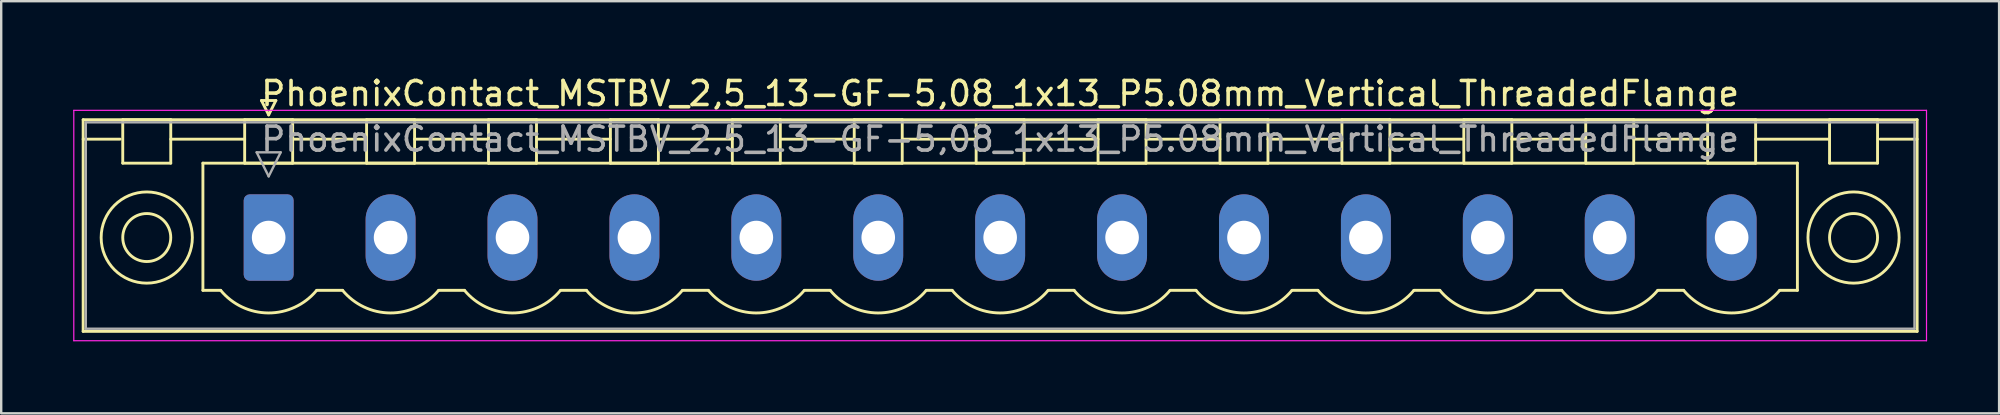
<source format=kicad_pcb>
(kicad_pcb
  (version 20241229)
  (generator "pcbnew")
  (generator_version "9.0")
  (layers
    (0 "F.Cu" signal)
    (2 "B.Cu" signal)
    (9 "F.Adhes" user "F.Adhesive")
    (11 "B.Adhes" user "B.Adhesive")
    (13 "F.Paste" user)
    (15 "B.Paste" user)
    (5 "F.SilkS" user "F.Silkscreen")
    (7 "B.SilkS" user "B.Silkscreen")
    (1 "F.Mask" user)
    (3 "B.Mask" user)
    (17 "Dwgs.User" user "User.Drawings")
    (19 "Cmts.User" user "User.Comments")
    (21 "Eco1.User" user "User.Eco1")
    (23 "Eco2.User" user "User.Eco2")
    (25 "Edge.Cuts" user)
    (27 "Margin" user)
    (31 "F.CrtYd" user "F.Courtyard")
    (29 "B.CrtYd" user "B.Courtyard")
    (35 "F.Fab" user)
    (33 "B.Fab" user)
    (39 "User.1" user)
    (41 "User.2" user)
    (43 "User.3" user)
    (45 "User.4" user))
  (footprint "PhoenixContact_MSTBV_2,5_13-GF-5,08_1x13_P5.08mm_Vertical_ThreadedFlange"
    (layer "F.Cu")
    (at 8.145 6.848)
    (property "Reference" "PhoenixContact_MSTBV_2,5_13-GF-5,08_1x13_P5.08mm_Vertical_ThreadedFlange" (at 30.48 -6 0) (layer "F.SilkS") (effects (font (size 1 1) (thickness 0.15))))
    (attr through_hole)
    (fp_line (start -7.73 -4.91) (end -7.73 3.91) (stroke (width 0.12) (type solid)) (layer "F.SilkS"))
    (fp_line (start -7.73 -4.1) (end -6.19 -4.1) (stroke (width 0.12) (type solid)) (layer "F.SilkS"))
    (fp_line (start -7.73 3.91) (end 68.69 3.91) (stroke (width 0.12) (type solid)) (layer "F.SilkS"))
    (fp_line (start -6.08 -4.91) (end -4.08 -4.91) (stroke (width 0.12) (type solid)) (layer "F.SilkS"))
    (fp_line (start -6.08 -3.1) (end -6.08 -4.91) (stroke (width 0.12) (type solid)) (layer "F.SilkS"))
    (fp_line (start -4.08 -4.91) (end -4.08 -3.1) (stroke (width 0.12) (type solid)) (layer "F.SilkS"))
    (fp_line (start -4.08 -4.1) (end -1 -4.1) (stroke (width 0.12) (type solid)) (layer "F.SilkS"))
    (fp_line (start -4.08 -3.1) (end -6.08 -3.1) (stroke (width 0.12) (type solid)) (layer "F.SilkS"))
    (fp_line (start -2.74 -3.1) (end 63.7 -3.1) (stroke (width 0.12) (type solid)) (layer "F.SilkS"))
    (fp_line (start -2.74 2.2) (end -2.74 -3.1) (stroke (width 0.12) (type solid)) (layer "F.SilkS"))
    (fp_line (start -2 2.2) (end -2.74 2.2) (stroke (width 0.12) (type solid)) (layer "F.SilkS"))
    (fp_line (start -1 -4.91) (end 1 -4.91) (stroke (width 0.12) (type solid)) (layer "F.SilkS"))
    (fp_line (start -1 -3.1) (end -1 -4.91) (stroke (width 0.12) (type solid)) (layer "F.SilkS"))
    (fp_line (start -0.3 -5.71) (end 0.3 -5.71) (stroke (width 0.12) (type solid)) (layer "F.SilkS"))
    (fp_line (start 0 -5.11) (end -0.3 -5.71) (stroke (width 0.12) (type solid)) (layer "F.SilkS"))
    (fp_line (start 0.3 -5.71) (end 0 -5.11) (stroke (width 0.12) (type solid)) (layer "F.SilkS"))
    (fp_line (start 1 -4.91) (end 1 -3.1) (stroke (width 0.12) (type solid)) (layer "F.SilkS"))
    (fp_line (start 1 -4.1) (end 4.08 -4.1) (stroke (width 0.12) (type solid)) (layer "F.SilkS"))
    (fp_line (start 1 -3.1) (end -1 -3.1) (stroke (width 0.12) (type solid)) (layer "F.SilkS"))
    (fp_line (start 2 2.2) (end 3.08 2.2) (stroke (width 0.12) (type solid)) (layer "F.SilkS"))
    (fp_line (start 4.08 -4.91) (end 6.08 -4.91) (stroke (width 0.12) (type solid)) (layer "F.SilkS"))
    (fp_line (start 4.08 -3.1) (end 4.08 -4.91) (stroke (width 0.12) (type solid)) (layer "F.SilkS"))
    (fp_line (start 6.08 -4.91) (end 6.08 -3.1) (stroke (width 0.12) (type solid)) (layer "F.SilkS"))
    (fp_line (start 6.08 -4.1) (end 9.16 -4.1) (stroke (width 0.12) (type solid)) (layer "F.SilkS"))
    (fp_line (start 6.08 -3.1) (end 4.08 -3.1) (stroke (width 0.12) (type solid)) (layer "F.SilkS"))
    (fp_line (start 7.08 2.2) (end 8.16 2.2) (stroke (width 0.12) (type solid)) (layer "F.SilkS"))
    (fp_line (start 9.16 -4.91) (end 11.16 -4.91) (stroke (width 0.12) (type solid)) (layer "F.SilkS"))
    (fp_line (start 9.16 -3.1) (end 9.16 -4.91) (stroke (width 0.12) (type solid)) (layer "F.SilkS"))
    (fp_line (start 11.16 -4.91) (end 11.16 -3.1) (stroke (width 0.12) (type solid)) (layer "F.SilkS"))
    (fp_line (start 11.16 -4.1) (end 14.24 -4.1) (stroke (width 0.12) (type solid)) (layer "F.SilkS"))
    (fp_line (start 11.16 -3.1) (end 9.16 -3.1) (stroke (width 0.12) (type solid)) (layer "F.SilkS"))
    (fp_line (start 12.16 2.2) (end 13.24 2.2) (stroke (width 0.12) (type solid)) (layer "F.SilkS"))
    (fp_line (start 14.24 -4.91) (end 16.24 -4.91) (stroke (width 0.12) (type solid)) (layer "F.SilkS"))
    (fp_line (start 14.24 -3.1) (end 14.24 -4.91) (stroke (width 0.12) (type solid)) (layer "F.SilkS"))
    (fp_line (start 16.24 -4.91) (end 16.24 -3.1) (stroke (width 0.12) (type solid)) (layer "F.SilkS"))
    (fp_line (start 16.24 -4.1) (end 19.32 -4.1) (stroke (width 0.12) (type solid)) (layer "F.SilkS"))
    (fp_line (start 16.24 -3.1) (end 14.24 -3.1) (stroke (width 0.12) (type solid)) (layer "F.SilkS"))
    (fp_line (start 17.24 2.2) (end 18.32 2.2) (stroke (width 0.12) (type solid)) (layer "F.SilkS"))
    (fp_line (start 19.32 -4.91) (end 21.32 -4.91) (stroke (width 0.12) (type solid)) (layer "F.SilkS"))
    (fp_line (start 19.32 -3.1) (end 19.32 -4.91) (stroke (width 0.12) (type solid)) (layer "F.SilkS"))
    (fp_line (start 21.32 -4.91) (end 21.32 -3.1) (stroke (width 0.12) (type solid)) (layer "F.SilkS"))
    (fp_line (start 21.32 -4.1) (end 24.4 -4.1) (stroke (width 0.12) (type solid)) (layer "F.SilkS"))
    (fp_line (start 21.32 -3.1) (end 19.32 -3.1) (stroke (width 0.12) (type solid)) (layer "F.SilkS"))
    (fp_line (start 22.32 2.2) (end 23.4 2.2) (stroke (width 0.12) (type solid)) (layer "F.SilkS"))
    (fp_line (start 24.4 -4.91) (end 26.4 -4.91) (stroke (width 0.12) (type solid)) (layer "F.SilkS"))
    (fp_line (start 24.4 -3.1) (end 24.4 -4.91) (stroke (width 0.12) (type solid)) (layer "F.SilkS"))
    (fp_line (start 26.4 -4.91) (end 26.4 -3.1) (stroke (width 0.12) (type solid)) (layer "F.SilkS"))
    (fp_line (start 26.4 -4.1) (end 29.48 -4.1) (stroke (width 0.12) (type solid)) (layer "F.SilkS"))
    (fp_line (start 26.4 -3.1) (end 24.4 -3.1) (stroke (width 0.12) (type solid)) (layer "F.SilkS"))
    (fp_line (start 27.4 2.2) (end 28.48 2.2) (stroke (width 0.12) (type solid)) (layer "F.SilkS"))
    (fp_line (start 29.48 -4.91) (end 31.48 -4.91) (stroke (width 0.12) (type solid)) (layer "F.SilkS"))
    (fp_line (start 29.48 -3.1) (end 29.48 -4.91) (stroke (width 0.12) (type solid)) (layer "F.SilkS"))
    (fp_line (start 31.48 -4.91) (end 31.48 -3.1) (stroke (width 0.12) (type solid)) (layer "F.SilkS"))
    (fp_line (start 31.48 -4.1) (end 34.56 -4.1) (stroke (width 0.12) (type solid)) (layer "F.SilkS"))
    (fp_line (start 31.48 -3.1) (end 29.48 -3.1) (stroke (width 0.12) (type solid)) (layer "F.SilkS"))
    (fp_line (start 32.48 2.2) (end 33.56 2.2) (stroke (width 0.12) (type solid)) (layer "F.SilkS"))
    (fp_line (start 34.56 -4.91) (end 36.56 -4.91) (stroke (width 0.12) (type solid)) (layer "F.SilkS"))
    (fp_line (start 34.56 -3.1) (end 34.56 -4.91) (stroke (width 0.12) (type solid)) (layer "F.SilkS"))
    (fp_line (start 36.56 -4.91) (end 36.56 -3.1) (stroke (width 0.12) (type solid)) (layer "F.SilkS"))
    (fp_line (start 36.56 -4.1) (end 39.64 -4.1) (stroke (width 0.12) (type solid)) (layer "F.SilkS"))
    (fp_line (start 36.56 -3.1) (end 34.56 -3.1) (stroke (width 0.12) (type solid)) (layer "F.SilkS"))
    (fp_line (start 37.56 2.2) (end 38.64 2.2) (stroke (width 0.12) (type solid)) (layer "F.SilkS"))
    (fp_line (start 39.64 -4.91) (end 41.64 -4.91) (stroke (width 0.12) (type solid)) (layer "F.SilkS"))
    (fp_line (start 39.64 -3.1) (end 39.64 -4.91) (stroke (width 0.12) (type solid)) (layer "F.SilkS"))
    (fp_line (start 41.64 -4.91) (end 41.64 -3.1) (stroke (width 0.12) (type solid)) (layer "F.SilkS"))
    (fp_line (start 41.64 -4.1) (end 44.72 -4.1) (stroke (width 0.12) (type solid)) (layer "F.SilkS"))
    (fp_line (start 41.64 -3.1) (end 39.64 -3.1) (stroke (width 0.12) (type solid)) (layer "F.SilkS"))
    (fp_line (start 42.64 2.2) (end 43.72 2.2) (stroke (width 0.12) (type solid)) (layer "F.SilkS"))
    (fp_line (start 44.72 -4.91) (end 46.72 -4.91) (stroke (width 0.12) (type solid)) (layer "F.SilkS"))
    (fp_line (start 44.72 -3.1) (end 44.72 -4.91) (stroke (width 0.12) (type solid)) (layer "F.SilkS"))
    (fp_line (start 46.72 -4.91) (end 46.72 -3.1) (stroke (width 0.12) (type solid)) (layer "F.SilkS"))
    (fp_line (start 46.72 -4.1) (end 49.8 -4.1) (stroke (width 0.12) (type solid)) (layer "F.SilkS"))
    (fp_line (start 46.72 -3.1) (end 44.72 -3.1) (stroke (width 0.12) (type solid)) (layer "F.SilkS"))
    (fp_line (start 47.72 2.2) (end 48.8 2.2) (stroke (width 0.12) (type solid)) (layer "F.SilkS"))
    (fp_line (start 49.8 -4.91) (end 51.8 -4.91) (stroke (width 0.12) (type solid)) (layer "F.SilkS"))
    (fp_line (start 49.8 -3.1) (end 49.8 -4.91) (stroke (width 0.12) (type solid)) (layer "F.SilkS"))
    (fp_line (start 51.8 -4.91) (end 51.8 -3.1) (stroke (width 0.12) (type solid)) (layer "F.SilkS"))
    (fp_line (start 51.8 -4.1) (end 54.88 -4.1) (stroke (width 0.12) (type solid)) (layer "F.SilkS"))
    (fp_line (start 51.8 -3.1) (end 49.8 -3.1) (stroke (width 0.12) (type solid)) (layer "F.SilkS"))
    (fp_line (start 52.8 2.2) (end 53.88 2.2) (stroke (width 0.12) (type solid)) (layer "F.SilkS"))
    (fp_line (start 54.88 -4.91) (end 56.88 -4.91) (stroke (width 0.12) (type solid)) (layer "F.SilkS"))
    (fp_line (start 54.88 -3.1) (end 54.88 -4.91) (stroke (width 0.12) (type solid)) (layer "F.SilkS"))
    (fp_line (start 56.88 -4.91) (end 56.88 -3.1) (stroke (width 0.12) (type solid)) (layer "F.SilkS"))
    (fp_line (start 56.88 -4.1) (end 59.96 -4.1) (stroke (width 0.12) (type solid)) (layer "F.SilkS"))
    (fp_line (start 56.88 -3.1) (end 54.88 -3.1) (stroke (width 0.12) (type solid)) (layer "F.SilkS"))
    (fp_line (start 57.88 2.2) (end 58.96 2.2) (stroke (width 0.12) (type solid)) (layer "F.SilkS"))
    (fp_line (start 59.96 -4.91) (end 61.96 -4.91) (stroke (width 0.12) (type solid)) (layer "F.SilkS"))
    (fp_line (start 59.96 -3.1) (end 59.96 -4.91) (stroke (width 0.12) (type solid)) (layer "F.SilkS"))
    (fp_line (start 61.96 -4.91) (end 61.96 -3.1) (stroke (width 0.12) (type solid)) (layer "F.SilkS"))
    (fp_line (start 61.96 -4.1) (end 65.04 -4.1) (stroke (width 0.12) (type solid)) (layer "F.SilkS"))
    (fp_line (start 61.96 -3.1) (end 59.96 -3.1) (stroke (width 0.12) (type solid)) (layer "F.SilkS"))
    (fp_line (start 63.7 -3.1) (end 63.7 2.2) (stroke (width 0.12) (type solid)) (layer "F.SilkS"))
    (fp_line (start 63.7 2.2) (end 62.96 2.2) (stroke (width 0.12) (type solid)) (layer "F.SilkS"))
    (fp_line (start 65.04 -4.91) (end 67.04 -4.91) (stroke (width 0.12) (type solid)) (layer "F.SilkS"))
    (fp_line (start 65.04 -3.1) (end 65.04 -4.91) (stroke (width 0.12) (type solid)) (layer "F.SilkS"))
    (fp_line (start 67.04 -4.91) (end 67.04 -3.1) (stroke (width 0.12) (type solid)) (layer "F.SilkS"))
    (fp_line (start 67.04 -3.1) (end 65.04 -3.1) (stroke (width 0.12) (type solid)) (layer "F.SilkS"))
    (fp_line (start 68.69 -4.91) (end -7.73 -4.91) (stroke (width 0.12) (type solid)) (layer "F.SilkS"))
    (fp_line (start 68.69 -4.1) (end 67.15 -4.1) (stroke (width 0.12) (type solid)) (layer "F.SilkS"))
    (fp_line (start 68.69 3.91) (end 68.69 -4.91) (stroke (width 0.12) (type solid)) (layer "F.SilkS"))
    (fp_arc (start 1.986842 2.215821) (mid -0.010289 3.142758) (end -2 2.2) (stroke (width 0.12) (type solid)) (layer "F.SilkS"))
    (fp_arc (start 7.066842 2.215821) (mid 5.069711 3.142758) (end 3.08 2.2) (stroke (width 0.12) (type solid)) (layer "F.SilkS"))
    (fp_arc (start 12.146842 2.215821) (mid 10.149711 3.142758) (end 8.16 2.2) (stroke (width 0.12) (type solid)) (layer "F.SilkS"))
    (fp_arc (start 17.226842 2.215821) (mid 15.229711 3.142758) (end 13.24 2.2) (stroke (width 0.12) (type solid)) (layer "F.SilkS"))
    (fp_arc (start 22.306842 2.215821) (mid 20.309711 3.142758) (end 18.32 2.2) (stroke (width 0.12) (type solid)) (layer "F.SilkS"))
    (fp_arc (start 27.386842 2.215821) (mid 25.389711 3.142758) (end 23.4 2.2) (stroke (width 0.12) (type solid)) (layer "F.SilkS"))
    (fp_arc (start 32.466842 2.215821) (mid 30.469711 3.142758) (end 28.48 2.2) (stroke (width 0.12) (type solid)) (layer "F.SilkS"))
    (fp_arc (start 37.546842 2.215821) (mid 35.549711 3.142758) (end 33.56 2.2) (stroke (width 0.12) (type solid)) (layer "F.SilkS"))
    (fp_arc (start 42.626842 2.215821) (mid 40.629711 3.142758) (end 38.64 2.2) (stroke (width 0.12) (type solid)) (layer "F.SilkS"))
    (fp_arc (start 47.706842 2.215821) (mid 45.709711 3.142758) (end 43.72 2.2) (stroke (width 0.12) (type solid)) (layer "F.SilkS"))
    (fp_arc (start 52.786842 2.215821) (mid 50.789711 3.142758) (end 48.8 2.2) (stroke (width 0.12) (type solid)) (layer "F.SilkS"))
    (fp_arc (start 57.866842 2.215821) (mid 55.869711 3.142758) (end 53.88 2.2) (stroke (width 0.12) (type solid)) (layer "F.SilkS"))
    (fp_arc (start 62.946842 2.215821) (mid 60.949711 3.142758) (end 58.96 2.2) (stroke (width 0.12) (type solid)) (layer "F.SilkS"))
    (fp_circle (center -5.08 0) (end -4.08 0) (stroke (width 0.12) (type solid)) (fill no) (layer "F.SilkS"))
    (fp_circle (center -5.08 0) (end -3.18 0) (stroke (width 0.12) (type solid)) (fill no) (layer "F.SilkS"))
    (fp_circle (center 66.04 0) (end 67.04 0) (stroke (width 0.12) (type solid)) (fill no) (layer "F.SilkS"))
    (fp_circle (center 66.04 0) (end 67.94 0) (stroke (width 0.12) (type solid)) (fill no) (layer "F.SilkS"))
    (fp_line (start -8.12 -5.3) (end -8.12 4.3) (stroke (width 0.05) (type solid)) (layer "F.CrtYd"))
    (fp_line (start -8.12 4.3) (end 69.08 4.3) (stroke (width 0.05) (type solid)) (layer "F.CrtYd"))
    (fp_line (start 69.08 -5.3) (end -8.12 -5.3) (stroke (width 0.05) (type solid)) (layer "F.CrtYd"))
    (fp_line (start 69.08 4.3) (end 69.08 -5.3) (stroke (width 0.05) (type solid)) (layer "F.CrtYd"))
    (fp_line (start -7.62 -4.8) (end -7.62 3.8) (stroke (width 0.1) (type solid)) (layer "F.Fab"))
    (fp_line (start -7.62 3.8) (end 68.58 3.8) (stroke (width 0.1) (type solid)) (layer "F.Fab"))
    (fp_line (start -0.5 -3.55) (end 0.5 -3.55) (stroke (width 0.1) (type solid)) (layer "F.Fab"))
    (fp_line (start 0 -2.55) (end -0.5 -3.55) (stroke (width 0.1) (type solid)) (layer "F.Fab"))
    (fp_line (start 0.5 -3.55) (end 0 -2.55) (stroke (width 0.1) (type solid)) (layer "F.Fab"))
    (fp_line (start 68.58 -4.8) (end -7.62 -4.8) (stroke (width 0.1) (type solid)) (layer "F.Fab"))
    (fp_line (start 68.58 3.8) (end 68.58 -4.8) (stroke (width 0.1) (type solid)) (layer "F.Fab"))
    (fp_text user "${REFERENCE}" (at 30.48 -4.1 0) (layer "F.Fab") (effects (font (size 1 1) (thickness 0.15))))
    (pad "1" thru_hole roundrect (at 0 0) (size 2.08 3.6) (drill 1.4) (layers "*.Cu" "*.Mask") (roundrect_rratio 0.12))
    (pad "2" thru_hole oval (at 5.08 0) (size 2.08 3.6) (drill 1.4) (layers "*.Cu" "*.Mask"))
    (pad "3" thru_hole oval (at 10.16 0) (size 2.08 3.6) (drill 1.4) (layers "*.Cu" "*.Mask"))
    (pad "4" thru_hole oval (at 15.24 0) (size 2.08 3.6) (drill 1.4) (layers "*.Cu" "*.Mask"))
    (pad "5" thru_hole oval (at 20.32 0) (size 2.08 3.6) (drill 1.4) (layers "*.Cu" "*.Mask"))
    (pad "6" thru_hole oval (at 25.4 0) (size 2.08 3.6) (drill 1.4) (layers "*.Cu" "*.Mask"))
    (pad "7" thru_hole oval (at 30.48 0) (size 2.08 3.6) (drill 1.4) (layers "*.Cu" "*.Mask"))
    (pad "8" thru_hole oval (at 35.56 0) (size 2.08 3.6) (drill 1.4) (layers "*.Cu" "*.Mask"))
    (pad "9" thru_hole oval (at 40.64 0) (size 2.08 3.6) (drill 1.4) (layers "*.Cu" "*.Mask"))
    (pad "10" thru_hole oval (at 45.72 0) (size 2.08 3.6) (drill 1.4) (layers "*.Cu" "*.Mask"))
    (pad "11" thru_hole oval (at 50.8 0) (size 2.08 3.6) (drill 1.4) (layers "*.Cu" "*.Mask"))
    (pad "12" thru_hole oval (at 55.88 0) (size 2.08 3.6) (drill 1.4) (layers "*.Cu" "*.Mask"))
    (pad "13" thru_hole oval (at 60.96 0) (size 2.08 3.6) (drill 1.4) (layers "*.Cu" "*.Mask")))
  (gr_rect
    (start -3 -3)
    (end 80.25 14.173)
    (stroke (width 0.1) (type default))
    (fill no)
    (layer "Edge.Cuts")))
</source>
